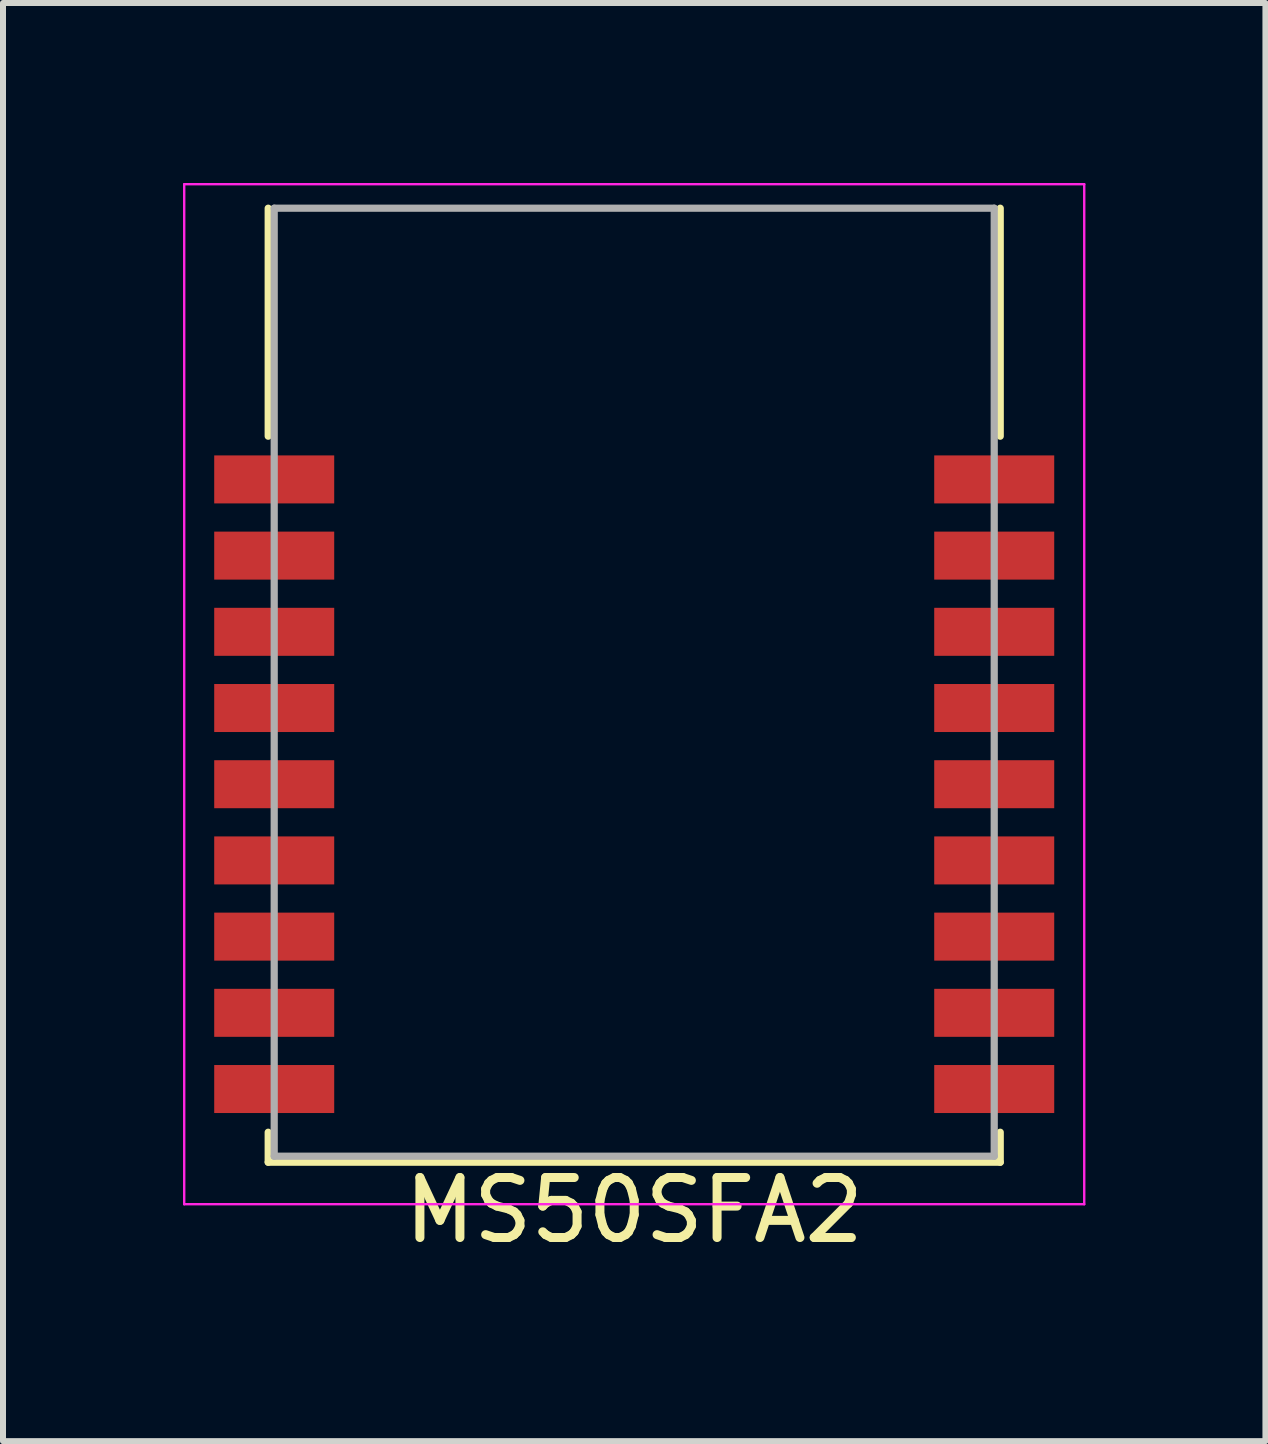
<source format=kicad_pcb>
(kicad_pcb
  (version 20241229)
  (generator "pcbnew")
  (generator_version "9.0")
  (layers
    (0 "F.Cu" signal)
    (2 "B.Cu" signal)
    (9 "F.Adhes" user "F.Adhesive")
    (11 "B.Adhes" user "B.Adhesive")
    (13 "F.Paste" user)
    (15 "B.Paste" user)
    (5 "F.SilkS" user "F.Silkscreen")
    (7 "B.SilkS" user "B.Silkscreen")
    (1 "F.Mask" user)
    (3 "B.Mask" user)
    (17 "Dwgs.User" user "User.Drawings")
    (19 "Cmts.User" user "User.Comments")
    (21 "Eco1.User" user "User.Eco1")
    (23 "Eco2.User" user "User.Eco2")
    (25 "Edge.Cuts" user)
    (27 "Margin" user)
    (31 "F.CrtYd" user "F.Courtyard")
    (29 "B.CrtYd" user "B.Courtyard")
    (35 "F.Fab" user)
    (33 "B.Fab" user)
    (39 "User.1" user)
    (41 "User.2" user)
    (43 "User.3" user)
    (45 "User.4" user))
  (footprint "MS50SFA2"
    (layer "F.Cu")
    (at 7.52 10.02)
    (property "Reference" "MS50SFA2" (at 0 7.1 0) (layer "F.SilkS") (effects (font (size 1 1) (thickness 0.15))))
    (attr through_hole)
    (fp_line (start -6.1 -5.8) (end -6.1 -9.6) (stroke (width 0.12) (type solid)) (layer "F.SilkS"))
    (fp_line (start -6.1 6.3) (end -6.1 5.8) (stroke (width 0.12) (type solid)) (layer "F.SilkS"))
    (fp_line (start -6.1 6.3) (end 6.1 6.3) (stroke (width 0.12) (type solid)) (layer "F.SilkS"))
    (fp_line (start 6.1 -5.8) (end 6.1 -9.6) (stroke (width 0.12) (type solid)) (layer "F.SilkS"))
    (fp_line (start 6.1 6.3) (end 6.1 5.8) (stroke (width 0.12) (type solid)) (layer "F.SilkS"))
    (fp_line (start -7.5 -10) (end -7.5 7) (stroke (width 0.04) (type solid)) (layer "F.CrtYd"))
    (fp_line (start -7.5 7) (end 7.5 7) (stroke (width 0.04) (type solid)) (layer "F.CrtYd"))
    (fp_line (start 7.5 -10) (end -7.5 -10) (stroke (width 0.04) (type solid)) (layer "F.CrtYd"))
    (fp_line (start 7.5 7) (end 7.5 -10) (stroke (width 0.04) (type solid)) (layer "F.CrtYd"))
    (fp_line (start -6 -9.6) (end -6 6.2) (stroke (width 0.12) (type solid)) (layer "F.Fab"))
    (fp_line (start -6 6.2) (end 6 6.2) (stroke (width 0.12) (type solid)) (layer "F.Fab"))
    (fp_line (start 6 -9.6) (end -6 -9.6) (stroke (width 0.12) (type solid)) (layer "F.Fab"))
    (fp_line (start 6 6.2) (end 6 -9.6) (stroke (width 0.12) (type solid)) (layer "F.Fab"))
    (pad "1" smd rect (at -6 -5.08) (size 2 0.8) (layers "F.Cu" "F.Mask" "F.Paste"))
    (pad "2" smd rect (at -6 -3.81) (size 2 0.8) (layers "F.Cu" "F.Mask" "F.Paste"))
    (pad "3" smd rect (at -6 -2.54) (size 2 0.8) (layers "F.Cu" "F.Mask" "F.Paste"))
    (pad "4" smd rect (at -6 -1.27) (size 2 0.8) (layers "F.Cu" "F.Mask" "F.Paste"))
    (pad "5" smd rect (at -6 0) (size 2 0.8) (layers "F.Cu" "F.Mask" "F.Paste"))
    (pad "6" smd rect (at -6 1.27) (size 2 0.8) (layers "F.Cu" "F.Mask" "F.Paste"))
    (pad "7" smd rect (at -6 2.54) (size 2 0.8) (layers "F.Cu" "F.Mask" "F.Paste"))
    (pad "8" smd rect (at -6 3.81) (size 2 0.8) (layers "F.Cu" "F.Mask" "F.Paste"))
    (pad "9" smd rect (at -6 5.08) (size 2 0.8) (layers "F.Cu" "F.Mask" "F.Paste"))
    (pad "10" smd rect (at 6 5.08) (size 2 0.8) (layers "F.Cu" "F.Mask" "F.Paste"))
    (pad "11" smd rect (at 6 3.81) (size 2 0.8) (layers "F.Cu" "F.Mask" "F.Paste"))
    (pad "12" smd rect (at 6 2.54) (size 2 0.8) (layers "F.Cu" "F.Mask" "F.Paste"))
    (pad "13" smd rect (at 6 1.27) (size 2 0.8) (layers "F.Cu" "F.Mask" "F.Paste"))
    (pad "14" smd rect (at 6 0) (size 2 0.8) (layers "F.Cu" "F.Mask" "F.Paste"))
    (pad "15" smd rect (at 6 -1.27) (size 2 0.8) (layers "F.Cu" "F.Mask" "F.Paste"))
    (pad "16" smd rect (at 6 -2.54) (size 2 0.8) (layers "F.Cu" "F.Mask" "F.Paste"))
    (pad "17" smd rect (at 6 -3.81) (size 2 0.8) (layers "F.Cu" "F.Mask" "F.Paste"))
    (pad "18" smd rect (at 6 -5.08) (size 2 0.8) (layers "F.Cu" "F.Mask" "F.Paste")))
  (gr_rect
    (start -3 -3)
    (end 18.04 20.968)
    (stroke (width 0.1) (type default))
    (fill no)
    (layer "Edge.Cuts")))
</source>
